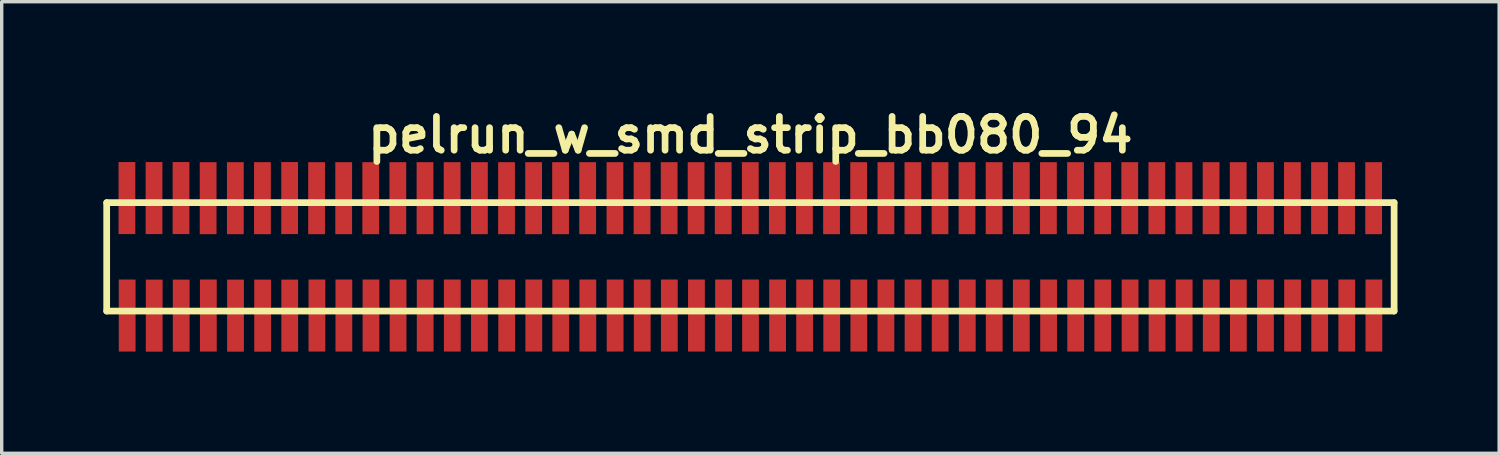
<source format=kicad_pcb>
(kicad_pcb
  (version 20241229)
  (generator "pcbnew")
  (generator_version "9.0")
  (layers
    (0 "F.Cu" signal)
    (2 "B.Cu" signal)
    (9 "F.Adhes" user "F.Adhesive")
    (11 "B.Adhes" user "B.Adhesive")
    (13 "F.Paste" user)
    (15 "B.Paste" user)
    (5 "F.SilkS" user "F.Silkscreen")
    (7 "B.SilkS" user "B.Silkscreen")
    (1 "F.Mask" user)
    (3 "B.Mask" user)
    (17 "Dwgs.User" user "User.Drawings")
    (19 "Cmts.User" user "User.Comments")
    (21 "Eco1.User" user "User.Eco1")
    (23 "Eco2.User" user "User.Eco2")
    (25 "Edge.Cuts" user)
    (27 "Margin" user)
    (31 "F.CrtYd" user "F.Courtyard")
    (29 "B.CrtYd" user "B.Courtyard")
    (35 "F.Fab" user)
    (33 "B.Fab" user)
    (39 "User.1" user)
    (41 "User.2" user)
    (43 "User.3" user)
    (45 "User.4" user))
  (footprint "pelrun_w_smd_strip_bb080_94"
    (layer "F.Cu")
    (at 19.098 4.531)
    (property "Reference" "pelrun_w_smd_strip_bb080_94" (at 0 -3.599 0) (layer "F.SilkS") (effects (font (size 0.998 0.998) (thickness 0.198))))
    (attr through_hole)
    (fp_line (start -18.999 -1.6) (end -18.999 1.6) (stroke (width 0.198) (type solid)) (layer "F.SilkS"))
    (fp_line (start -18.999 1.6) (end 18.999 1.6) (stroke (width 0.198) (type solid)) (layer "F.SilkS"))
    (fp_line (start 18.999 -1.6) (end -18.999 -1.6) (stroke (width 0.198) (type solid)) (layer "F.SilkS"))
    (fp_line (start 18.999 1.6) (end 18.999 -1.6) (stroke (width 0.198) (type solid)) (layer "F.SilkS"))
    (pad "1" smd rect (at -18.395 1.732) (size 0.495 2.126) (layers "F.Cu" "F.Mask" "F.Paste"))
    (pad "2" smd rect (at -18.402 -1.735) (size 0.495 2.126) (layers "F.Cu" "F.Mask" "F.Paste"))
    (pad "3" smd rect (at -17.597 1.735) (size 0.495 2.126) (layers "F.Cu" "F.Mask" "F.Paste"))
    (pad "4" smd rect (at -17.602 -1.735) (size 0.495 2.126) (layers "F.Cu" "F.Mask" "F.Paste"))
    (pad "5" smd rect (at -16.8 1.735) (size 0.495 2.126) (layers "F.Cu" "F.Mask" "F.Paste"))
    (pad "6" smd rect (at -16.805 -1.735) (size 0.495 2.126) (layers "F.Cu" "F.Mask" "F.Paste"))
    (pad "7" smd rect (at -15.999 1.732) (size 0.495 2.126) (layers "F.Cu" "F.Mask" "F.Paste"))
    (pad "8" smd rect (at -16.005 -1.732) (size 0.495 2.126) (layers "F.Cu" "F.Mask" "F.Paste"))
    (pad "9" smd rect (at -15.197 1.735) (size 0.495 2.126) (layers "F.Cu" "F.Mask" "F.Paste"))
    (pad "10" smd rect (at -15.202 -1.732) (size 0.495 2.126) (layers "F.Cu" "F.Mask" "F.Paste"))
    (pad "11" smd rect (at -14.397 1.735) (size 0.495 2.126) (layers "F.Cu" "F.Mask" "F.Paste"))
    (pad "12" smd rect (at -14.402 -1.732) (size 0.495 2.126) (layers "F.Cu" "F.Mask" "F.Paste"))
    (pad "13" smd rect (at -13.597 1.735) (size 0.495 2.126) (layers "F.Cu" "F.Mask" "F.Paste"))
    (pad "14" smd rect (at -13.599 -1.735) (size 0.495 2.126) (layers "F.Cu" "F.Mask" "F.Paste"))
    (pad "15" smd rect (at -12.794 1.732) (size 0.495 2.126) (layers "F.Cu" "F.Mask" "F.Paste"))
    (pad "16" smd rect (at -12.804 -1.732) (size 0.495 2.126) (layers "F.Cu" "F.Mask" "F.Paste"))
    (pad "17" smd rect (at -11.999 1.732) (size 0.495 2.126) (layers "F.Cu" "F.Mask" "F.Paste"))
    (pad "18" smd rect (at -12.004 -1.732) (size 0.495 2.126) (layers "F.Cu" "F.Mask" "F.Paste"))
    (pad "19" smd rect (at -11.199 1.732) (size 0.495 2.126) (layers "F.Cu" "F.Mask" "F.Paste"))
    (pad "20" smd rect (at -11.206 -1.732) (size 0.495 2.126) (layers "F.Cu" "F.Mask" "F.Paste"))
    (pad "21" smd rect (at -10.399 1.732) (size 0.495 2.126) (layers "F.Cu" "F.Mask" "F.Paste"))
    (pad "22" smd rect (at -10.406 -1.732) (size 0.495 2.126) (layers "F.Cu" "F.Mask" "F.Paste"))
    (pad "23" smd rect (at -9.599 1.732) (size 0.495 2.126) (layers "F.Cu" "F.Mask" "F.Paste"))
    (pad "24" smd rect (at -9.604 -1.732) (size 0.495 2.126) (layers "F.Cu" "F.Mask" "F.Paste"))
    (pad "25" smd rect (at -8.799 1.732) (size 0.495 2.126) (layers "F.Cu" "F.Mask" "F.Paste"))
    (pad "26" smd rect (at -8.804 -1.732) (size 0.495 2.126) (layers "F.Cu" "F.Mask" "F.Paste"))
    (pad "27" smd rect (at -7.998 1.732) (size 0.495 2.126) (layers "F.Cu" "F.Mask" "F.Paste"))
    (pad "28" smd rect (at -7.998 -1.732) (size 0.495 2.126) (layers "F.Cu" "F.Mask" "F.Paste"))
    (pad "29" smd rect (at -7.193 1.732) (size 0.495 2.126) (layers "F.Cu" "F.Mask" "F.Paste"))
    (pad "30" smd rect (at -7.198 -1.732) (size 0.495 2.126) (layers "F.Cu" "F.Mask" "F.Paste"))
    (pad "31" smd rect (at -6.393 1.732) (size 0.495 2.126) (layers "F.Cu" "F.Mask" "F.Paste"))
    (pad "32" smd rect (at -6.398 -1.732) (size 0.495 2.126) (layers "F.Cu" "F.Mask" "F.Paste"))
    (pad "33" smd rect (at -5.598 1.732) (size 0.495 2.126) (layers "F.Cu" "F.Mask" "F.Paste"))
    (pad "34" smd rect (at -5.603 -1.732) (size 0.495 2.126) (layers "F.Cu" "F.Mask" "F.Paste"))
    (pad "35" smd rect (at -4.798 1.732) (size 0.495 2.126) (layers "F.Cu" "F.Mask" "F.Paste"))
    (pad "36" smd rect (at -4.803 -1.732) (size 0.495 2.126) (layers "F.Cu" "F.Mask" "F.Paste"))
    (pad "37" smd rect (at -3.993 1.732) (size 0.495 2.126) (layers "F.Cu" "F.Mask" "F.Paste"))
    (pad "38" smd rect (at -3.998 -1.732) (size 0.495 2.126) (layers "F.Cu" "F.Mask" "F.Paste"))
    (pad "39" smd rect (at -3.193 1.732) (size 0.495 2.126) (layers "F.Cu" "F.Mask" "F.Paste"))
    (pad "40" smd rect (at -3.198 -1.732) (size 0.495 2.126) (layers "F.Cu" "F.Mask" "F.Paste"))
    (pad "41" smd rect (at -2.393 1.732) (size 0.495 2.126) (layers "F.Cu" "F.Mask" "F.Paste"))
    (pad "42" smd rect (at -2.398 -1.732) (size 0.495 2.126) (layers "F.Cu" "F.Mask" "F.Paste"))
    (pad "43" smd rect (at -1.593 1.732) (size 0.495 2.126) (layers "F.Cu" "F.Mask" "F.Paste"))
    (pad "44" smd rect (at -1.603 -1.732) (size 0.495 2.126) (layers "F.Cu" "F.Mask" "F.Paste"))
    (pad "45" smd rect (at -0.792 1.732) (size 0.495 2.126) (layers "F.Cu" "F.Mask" "F.Paste"))
    (pad "46" smd rect (at -0.803 -1.732) (size 0.495 2.126) (layers "F.Cu" "F.Mask" "F.Paste"))
    (pad "47" smd rect (at 0.003 1.732) (size 0.495 2.126) (layers "F.Cu" "F.Mask" "F.Paste"))
    (pad "48" smd rect (at -0.003 -1.732) (size 0.495 2.126) (layers "F.Cu" "F.Mask" "F.Paste"))
    (pad "49" smd rect (at 0.803 1.732) (size 0.495 2.126) (layers "F.Cu" "F.Mask" "F.Paste"))
    (pad "50" smd rect (at 0.795 -1.732) (size 0.495 2.126) (layers "F.Cu" "F.Mask" "F.Paste"))
    (pad "51" smd rect (at 1.6 1.732) (size 0.495 2.126) (layers "F.Cu" "F.Mask" "F.Paste"))
    (pad "52" smd rect (at 1.595 -1.732) (size 0.495 2.126) (layers "F.Cu" "F.Mask" "F.Paste"))
    (pad "53" smd rect (at 2.4 1.732) (size 0.495 2.126) (layers "F.Cu" "F.Mask" "F.Paste"))
    (pad "54" smd rect (at 2.395 -1.732) (size 0.495 2.126) (layers "F.Cu" "F.Mask" "F.Paste"))
    (pad "55" smd rect (at 3.2 1.732) (size 0.495 2.126) (layers "F.Cu" "F.Mask" "F.Paste"))
    (pad "56" smd rect (at 3.195 -1.732) (size 0.495 2.126) (layers "F.Cu" "F.Mask" "F.Paste"))
    (pad "57" smd rect (at 4 1.732) (size 0.495 2.126) (layers "F.Cu" "F.Mask" "F.Paste"))
    (pad "58" smd rect (at 4 -1.732) (size 0.495 2.126) (layers "F.Cu" "F.Mask" "F.Paste"))
    (pad "59" smd rect (at 4.801 1.732) (size 0.495 2.126) (layers "F.Cu" "F.Mask" "F.Paste"))
    (pad "60" smd rect (at 4.796 -1.732) (size 0.495 2.126) (layers "F.Cu" "F.Mask" "F.Paste"))
    (pad "61" smd rect (at 5.601 1.732) (size 0.495 2.126) (layers "F.Cu" "F.Mask" "F.Paste"))
    (pad "62" smd rect (at 5.596 -1.732) (size 0.495 2.126) (layers "F.Cu" "F.Mask" "F.Paste"))
    (pad "63" smd rect (at 6.401 1.732) (size 0.495 2.126) (layers "F.Cu" "F.Mask" "F.Paste"))
    (pad "64" smd rect (at 6.393 -1.732) (size 0.495 2.126) (layers "F.Cu" "F.Mask" "F.Paste"))
    (pad "65" smd rect (at 7.196 1.732) (size 0.495 2.126) (layers "F.Cu" "F.Mask" "F.Paste"))
    (pad "66" smd rect (at 7.193 -1.732) (size 0.495 2.126) (layers "F.Cu" "F.Mask" "F.Paste"))
    (pad "67" smd rect (at 7.996 1.732) (size 0.495 2.126) (layers "F.Cu" "F.Mask" "F.Paste"))
    (pad "68" smd rect (at 7.996 -1.732) (size 0.495 2.126) (layers "F.Cu" "F.Mask" "F.Paste"))
    (pad "69" smd rect (at 8.801 1.732) (size 0.495 2.126) (layers "F.Cu" "F.Mask" "F.Paste"))
    (pad "70" smd rect (at 8.796 -1.732) (size 0.495 2.126) (layers "F.Cu" "F.Mask" "F.Paste"))
    (pad "71" smd rect (at 9.601 1.732) (size 0.495 2.126) (layers "F.Cu" "F.Mask" "F.Paste"))
    (pad "72" smd rect (at 9.596 -1.732) (size 0.495 2.126) (layers "F.Cu" "F.Mask" "F.Paste"))
    (pad "73" smd rect (at 10.401 1.732) (size 0.495 2.126) (layers "F.Cu" "F.Mask" "F.Paste"))
    (pad "74" smd rect (at 10.396 -1.732) (size 0.495 2.126) (layers "F.Cu" "F.Mask" "F.Paste"))
    (pad "75" smd rect (at 11.206 1.732) (size 0.495 2.126) (layers "F.Cu" "F.Mask" "F.Paste"))
    (pad "76" smd rect (at 11.196 -1.732) (size 0.495 2.126) (layers "F.Cu" "F.Mask" "F.Paste"))
    (pad "77" smd rect (at 12.002 1.732) (size 0.495 2.126) (layers "F.Cu" "F.Mask" "F.Paste"))
    (pad "78" smd rect (at 11.996 -1.732) (size 0.495 2.126) (layers "F.Cu" "F.Mask" "F.Paste"))
    (pad "79" smd rect (at 12.802 1.732) (size 0.495 2.126) (layers "F.Cu" "F.Mask" "F.Paste"))
    (pad "80" smd rect (at 12.797 -1.732) (size 0.495 2.126) (layers "F.Cu" "F.Mask" "F.Paste"))
    (pad "81" smd rect (at 13.602 1.732) (size 0.495 2.126) (layers "F.Cu" "F.Mask" "F.Paste"))
    (pad "82" smd rect (at 13.597 -1.732) (size 0.495 2.126) (layers "F.Cu" "F.Mask" "F.Paste"))
    (pad "83" smd rect (at 14.402 1.732) (size 0.495 2.126) (layers "F.Cu" "F.Mask" "F.Paste"))
    (pad "84" smd rect (at 14.397 -1.732) (size 0.495 2.126) (layers "F.Cu" "F.Mask" "F.Paste"))
    (pad "85" smd rect (at 15.202 1.732) (size 0.495 2.126) (layers "F.Cu" "F.Mask" "F.Paste"))
    (pad "86" smd rect (at 15.202 -1.732) (size 0.495 2.126) (layers "F.Cu" "F.Mask" "F.Paste"))
    (pad "87" smd rect (at 16.002 1.732) (size 0.495 2.126) (layers "F.Cu" "F.Mask" "F.Paste"))
    (pad "88" smd rect (at 15.997 -1.732) (size 0.495 2.126) (layers "F.Cu" "F.Mask" "F.Paste"))
    (pad "89" smd rect (at 16.802 1.732) (size 0.495 2.126) (layers "F.Cu" "F.Mask" "F.Paste"))
    (pad "90" smd rect (at 16.797 -1.732) (size 0.495 2.126) (layers "F.Cu" "F.Mask" "F.Paste"))
    (pad "91" smd rect (at 17.602 1.732) (size 0.495 2.126) (layers "F.Cu" "F.Mask" "F.Paste"))
    (pad "92" smd rect (at 17.595 -1.732) (size 0.495 2.126) (layers "F.Cu" "F.Mask" "F.Paste"))
    (pad "93" smd rect (at 18.402 1.732) (size 0.495 2.126) (layers "F.Cu" "F.Mask" "F.Paste"))
    (pad "94" smd rect (at 18.395 -1.732) (size 0.495 2.126) (layers "F.Cu" "F.Mask" "F.Paste")))
  (gr_rect
    (start -3 -3)
    (end 41.197 10.329)
    (stroke (width 0.1) (type default))
    (fill no)
    (layer "Edge.Cuts")))
</source>
